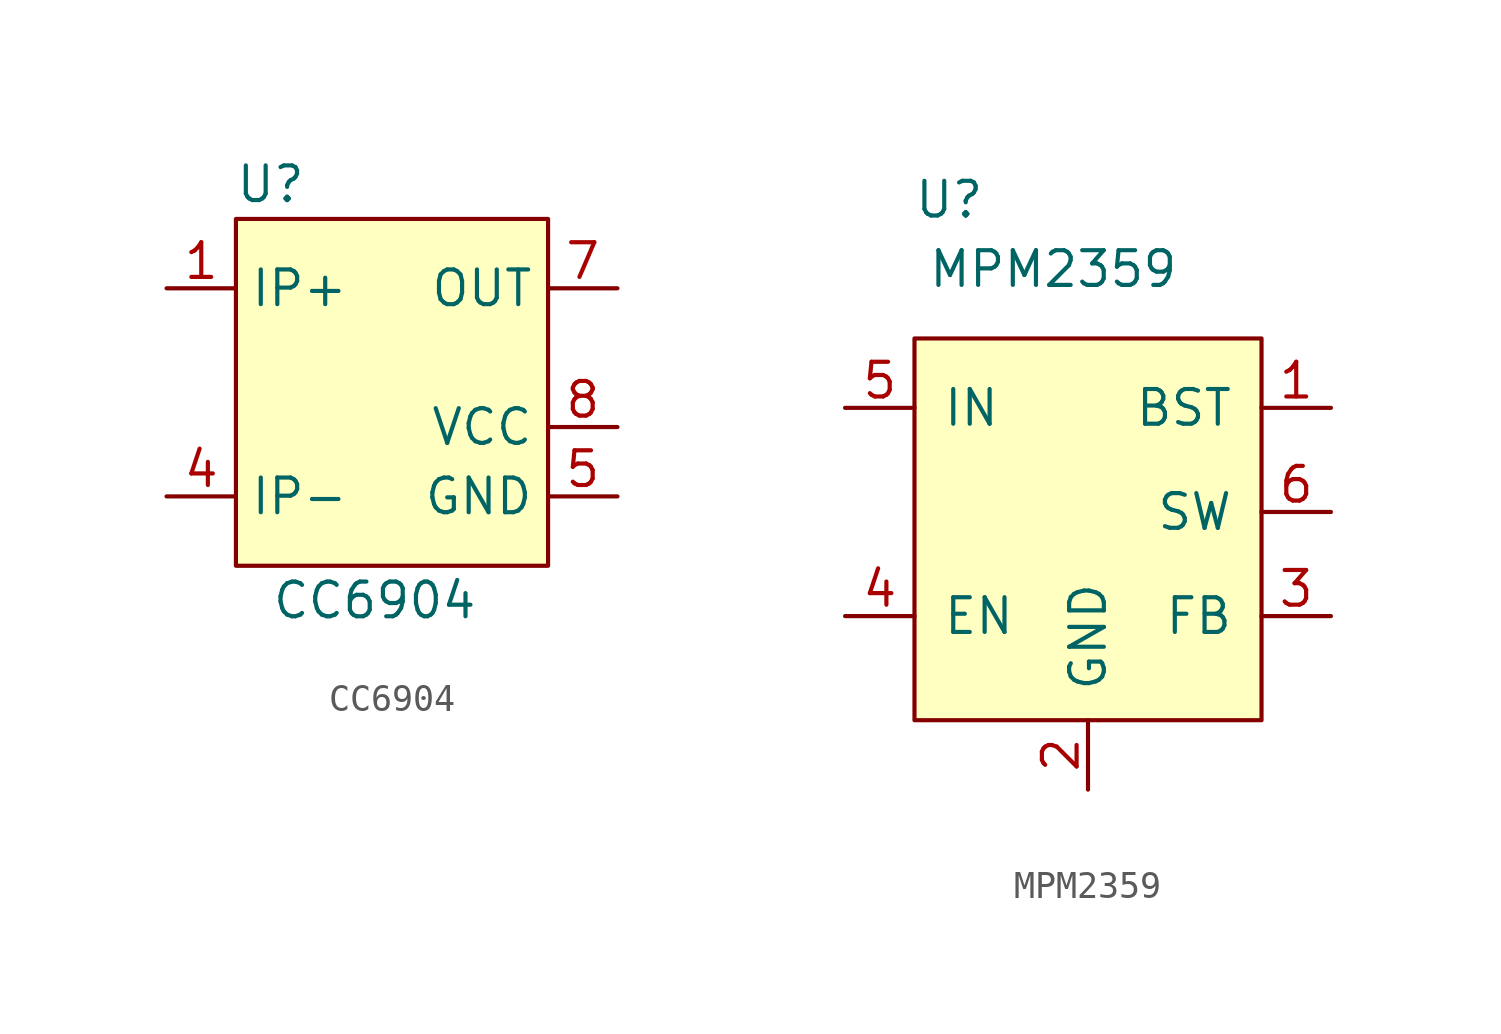
<source format=kicad_sym>
(kicad_symbol_lib
  (version 20211014)
  (generator kicad_symbol_editor)
  (symbol "CC6904"
    (property "Reference" "U"
      (at 1.27 1.27 0)
      (effects (font (size 1.27 1.27))))
    (property "Value" "CC6904"
      (at 5.08 -13.97 0)
      (effects (font (size 1.27 1.27))))
    (symbol "CC6904_0_0"
      (pin bidirectional line (at -2.54 -2.54 0) (length 2.54) hide (name "IP+" (effects (font (size 1.27 1.27)))) (number "2" (effects (font (size 1.27 1.27)))))
      (pin bidirectional line (at -2.54 -10.16 0) (length 2.54) hide (name "IP-" (effects (font (size 1.27 1.27)))) (number "3" (effects (font (size 1.27 1.27)))))
      (pin bidirectional line (at -2.54 -10.16 0) (length 2.54) (name "IP-" (effects (font (size 1.27 1.27)))) (number "4" (effects (font (size 1.27 1.27)))))
      (pin power_in line (at 13.97 -10.16 180) (length 2.54) (name "GND" (effects (font (size 1.27 1.27)))) (number "5" (effects (font (size 1.27 1.27)))))
      (pin output line (at 13.97 -2.54 180) (length 2.54) (name "OUT" (effects (font (size 1.27 1.27)))) (number "7" (effects (font (size 1.27 1.27)))))
      (pin power_in line (at 13.97 -7.62 180) (length 2.54) (name "VCC" (effects (font (size 1.27 1.27)))) (number "8" (effects (font (size 1.27 1.27))))))
    (symbol "CC6904_0_1"
      (rectangle (start 0 0) (end 11.43 -12.7) (stroke (width 0) (type default) (color 0 0 0 0)) (fill (type background))))
    (symbol "CC6904_1_1"
      (pin bidirectional line (at -2.54 -2.54 0) (length 2.54) (name "IP+" (effects (font (size 1.27 1.27)))) (number "1" (effects (font (size 1.27 1.27)))))))
  (symbol "MPM2359"
    (pin_names
      (offset 1.016))
    (property "Reference" "U"
      (at 1.27 5.08 0)
      (effects (font (size 1.27 1.27))))
    (property "Value" "MPM2359"
      (at 5.08 2.54 0)
      (effects (font (size 1.27 1.27))))
    (symbol "MPM2359_0_1"
      (rectangle (start 0 0) (end 12.7 -13.97) (stroke (width 0) (type default) (color 0 0 0 0)) (fill (type background))))
    (symbol "MPM2359_1_1"
      (pin input line (at 15.24 -2.54 180) (length 2.54) (name "BST" (effects (font (size 1.27 1.27)))) (number "1" (effects (font (size 1.27 1.27)))))
      (pin power_in line (at 6.35 -16.51 90) (length 2.54) (name "GND" (effects (font (size 1.27 1.27)))) (number "2" (effects (font (size 1.27 1.27)))))
      (pin input line (at 15.24 -10.16 180) (length 2.54) (name "FB" (effects (font (size 1.27 1.27)))) (number "3" (effects (font (size 1.27 1.27)))))
      (pin input line (at -2.54 -10.16 0) (length 2.54) (name "EN" (effects (font (size 1.27 1.27)))) (number "4" (effects (font (size 1.27 1.27)))))
      (pin power_in line (at -2.54 -2.54 0) (length 2.54) (name "IN" (effects (font (size 1.27 1.27)))) (number "5" (effects (font (size 1.27 1.27)))))
      (pin power_out line (at 15.24 -6.35 180) (length 2.54) (name "SW" (effects (font (size 1.27 1.27)))) (number "6" (effects (font (size 1.27 1.27))))))))
</source>
